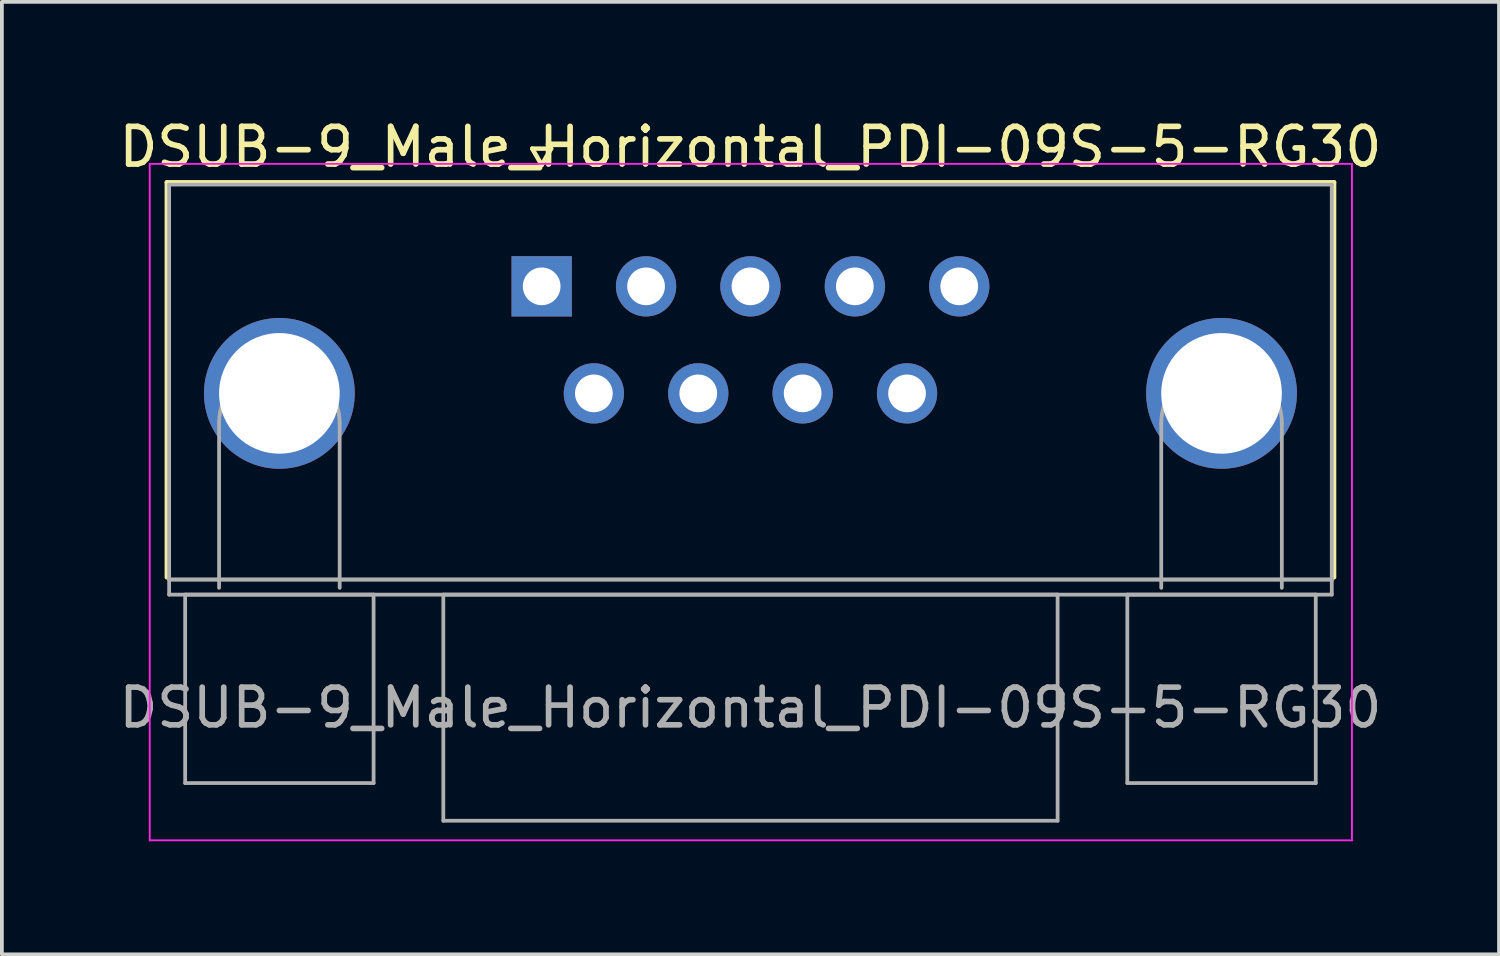
<source format=kicad_pcb>
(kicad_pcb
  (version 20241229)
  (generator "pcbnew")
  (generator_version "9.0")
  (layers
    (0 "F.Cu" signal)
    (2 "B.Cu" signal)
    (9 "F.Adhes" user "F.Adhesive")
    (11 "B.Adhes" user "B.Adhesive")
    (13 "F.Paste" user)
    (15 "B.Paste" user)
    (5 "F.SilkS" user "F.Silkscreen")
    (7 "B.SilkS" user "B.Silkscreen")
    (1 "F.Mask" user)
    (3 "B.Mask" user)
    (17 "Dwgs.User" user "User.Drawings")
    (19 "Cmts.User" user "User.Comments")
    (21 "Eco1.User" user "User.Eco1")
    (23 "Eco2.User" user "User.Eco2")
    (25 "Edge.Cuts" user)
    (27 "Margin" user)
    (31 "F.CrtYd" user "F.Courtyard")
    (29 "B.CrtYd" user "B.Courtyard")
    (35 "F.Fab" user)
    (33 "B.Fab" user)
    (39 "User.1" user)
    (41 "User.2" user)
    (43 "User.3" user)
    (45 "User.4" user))
  (footprint "DSUB-9_Male_Horizontal_PDI-09S-5-RG30"
    (layer "F.Cu")
    (at 11.323 4.548)
    (property "Reference" "DSUB-9_Male_Horizontal_PDI-09S-5-RG30" (at 5.54 -3.7 0) (layer "F.SilkS") (effects (font (size 1 1) (thickness 0.15))))
    (attr through_hole)
    (fp_line (start -9.945 -2.76) (end 21.025 -2.76) (stroke (width 0.12) (type solid)) (layer "F.SilkS"))
    (fp_line (start -9.945 7.72) (end -9.945 -2.76) (stroke (width 0.12) (type solid)) (layer "F.SilkS"))
    (fp_line (start -0.25 -3.654) (end 0.25 -3.654) (stroke (width 0.12) (type solid)) (layer "F.SilkS"))
    (fp_line (start 0 -3.221) (end -0.25 -3.654) (stroke (width 0.12) (type solid)) (layer "F.SilkS"))
    (fp_line (start 0.25 -3.654) (end 0 -3.221) (stroke (width 0.12) (type solid)) (layer "F.SilkS"))
    (fp_line (start 21.025 -2.76) (end 21.025 7.72) (stroke (width 0.12) (type solid)) (layer "F.SilkS"))
    (fp_line (start -10.4 -3.25) (end -10.4 14.7) (stroke (width 0.05) (type solid)) (layer "F.CrtYd"))
    (fp_line (start -10.4 14.7) (end 21.5 14.7) (stroke (width 0.05) (type solid)) (layer "F.CrtYd"))
    (fp_line (start 21.5 -3.25) (end -10.4 -3.25) (stroke (width 0.05) (type solid)) (layer "F.CrtYd"))
    (fp_line (start 21.5 14.7) (end 21.5 -3.25) (stroke (width 0.05) (type solid)) (layer "F.CrtYd"))
    (fp_line (start -9.885 -2.7) (end -9.885 7.78) (stroke (width 0.1) (type solid)) (layer "F.Fab"))
    (fp_line (start -9.885 7.78) (end -9.885 8.18) (stroke (width 0.1) (type solid)) (layer "F.Fab"))
    (fp_line (start -9.885 7.78) (end 20.965 7.78) (stroke (width 0.1) (type solid)) (layer "F.Fab"))
    (fp_line (start -9.885 8.18) (end 20.965 8.18) (stroke (width 0.1) (type solid)) (layer "F.Fab"))
    (fp_line (start -9.46 8.18) (end -9.46 13.18) (stroke (width 0.1) (type solid)) (layer "F.Fab"))
    (fp_line (start -9.46 13.18) (end -4.46 13.18) (stroke (width 0.1) (type solid)) (layer "F.Fab"))
    (fp_line (start -8.56 8) (end -8.56 3.64) (stroke (width 0.1) (type solid)) (layer "F.Fab"))
    (fp_line (start -5.36 8) (end -5.36 3.64) (stroke (width 0.1) (type solid)) (layer "F.Fab"))
    (fp_line (start -4.46 8.18) (end -9.46 8.18) (stroke (width 0.1) (type solid)) (layer "F.Fab"))
    (fp_line (start -4.46 13.18) (end -4.46 8.18) (stroke (width 0.1) (type solid)) (layer "F.Fab"))
    (fp_line (start -2.61 8.18) (end -2.61 14.18) (stroke (width 0.1) (type solid)) (layer "F.Fab"))
    (fp_line (start -2.61 14.18) (end 13.69 14.18) (stroke (width 0.1) (type solid)) (layer "F.Fab"))
    (fp_line (start 13.69 8.18) (end -2.61 8.18) (stroke (width 0.1) (type solid)) (layer "F.Fab"))
    (fp_line (start 13.69 14.18) (end 13.69 8.18) (stroke (width 0.1) (type solid)) (layer "F.Fab"))
    (fp_line (start 15.54 8.18) (end 15.54 13.18) (stroke (width 0.1) (type solid)) (layer "F.Fab"))
    (fp_line (start 15.54 13.18) (end 20.54 13.18) (stroke (width 0.1) (type solid)) (layer "F.Fab"))
    (fp_line (start 16.44 8) (end 16.44 3.64) (stroke (width 0.1) (type solid)) (layer "F.Fab"))
    (fp_line (start 19.64 8) (end 19.64 3.64) (stroke (width 0.1) (type solid)) (layer "F.Fab"))
    (fp_line (start 20.54 8.18) (end 15.54 8.18) (stroke (width 0.1) (type solid)) (layer "F.Fab"))
    (fp_line (start 20.54 13.18) (end 20.54 8.18) (stroke (width 0.1) (type solid)) (layer "F.Fab"))
    (fp_line (start 20.965 -2.7) (end -9.885 -2.7) (stroke (width 0.1) (type solid)) (layer "F.Fab"))
    (fp_line (start 20.965 7.78) (end -9.885 7.78) (stroke (width 0.1) (type solid)) (layer "F.Fab"))
    (fp_line (start 20.965 7.78) (end 20.965 -2.7) (stroke (width 0.1) (type solid)) (layer "F.Fab"))
    (fp_line (start 20.965 8.18) (end 20.965 7.78) (stroke (width 0.1) (type solid)) (layer "F.Fab"))
    (fp_arc (start -8.56 3.64) (mid -6.96 2.04) (end -5.36 3.64) (stroke (width 0.1) (type solid)) (layer "F.Fab"))
    (fp_arc (start 16.44 3.64) (mid 18.04 2.04) (end 19.64 3.64) (stroke (width 0.1) (type solid)) (layer "F.Fab"))
    (fp_text user "${REFERENCE}" (at 5.54 11.18 0) (layer "F.Fab") (effects (font (size 1 1) (thickness 0.15))))
    (pad "0" thru_hole circle (at -6.96 2.84) (size 4 4) (drill 3.2) (layers "*.Cu" "*.Mask"))
    (pad "0" thru_hole circle (at 18.04 2.84) (size 4 4) (drill 3.2) (layers "*.Cu" "*.Mask"))
    (pad "1" thru_hole rect (at 0 0) (size 1.6 1.6) (drill 1) (layers "*.Cu" "*.Mask"))
    (pad "2" thru_hole circle (at 2.77 0) (size 1.6 1.6) (drill 1) (layers "*.Cu" "*.Mask"))
    (pad "3" thru_hole circle (at 5.54 0) (size 1.6 1.6) (drill 1) (layers "*.Cu" "*.Mask"))
    (pad "4" thru_hole circle (at 8.31 0) (size 1.6 1.6) (drill 1) (layers "*.Cu" "*.Mask"))
    (pad "5" thru_hole circle (at 11.08 0) (size 1.6 1.6) (drill 1) (layers "*.Cu" "*.Mask"))
    (pad "6" thru_hole circle (at 1.385 2.84) (size 1.6 1.6) (drill 1) (layers "*.Cu" "*.Mask"))
    (pad "7" thru_hole circle (at 4.155 2.84) (size 1.6 1.6) (drill 1) (layers "*.Cu" "*.Mask"))
    (pad "8" thru_hole circle (at 6.925 2.84) (size 1.6 1.6) (drill 1) (layers "*.Cu" "*.Mask"))
    (pad "9" thru_hole circle (at 9.695 2.84) (size 1.6 1.6) (drill 1) (layers "*.Cu" "*.Mask")))
  (gr_rect
    (start -3 -3)
    (end 36.726 22.273)
    (stroke (width 0.1) (type default))
    (fill no)
    (layer "Edge.Cuts")))
</source>
